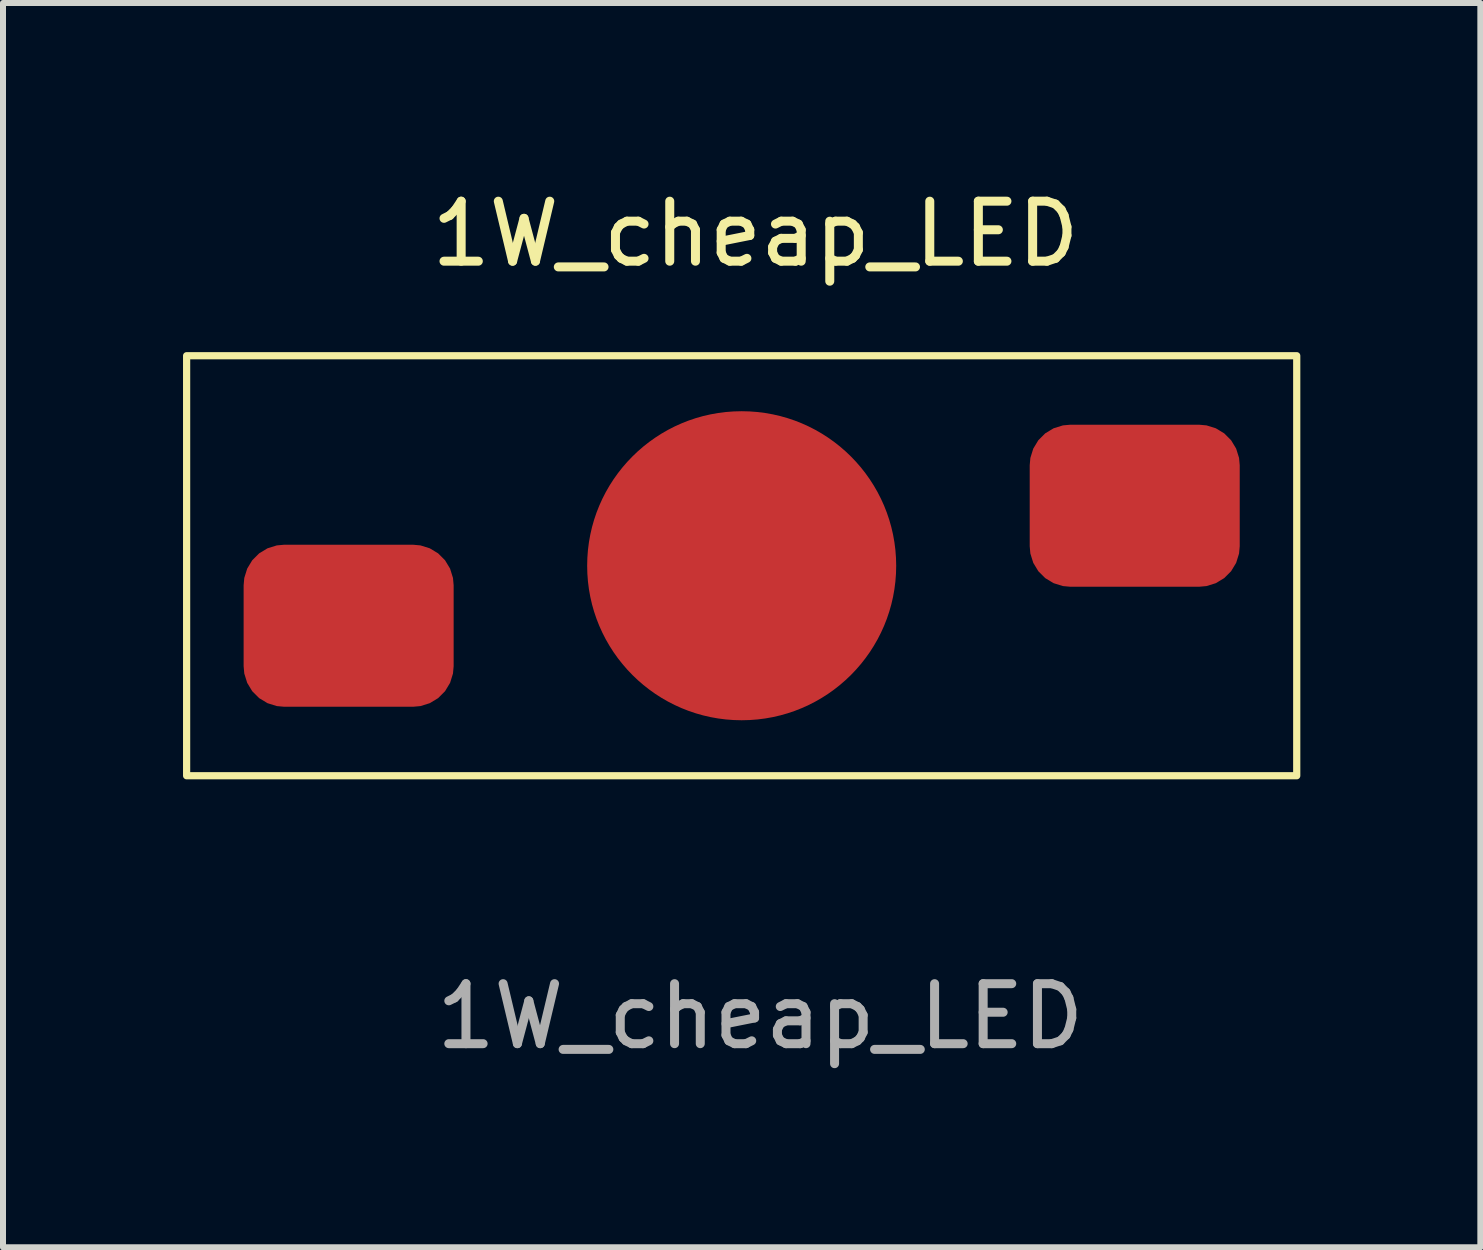
<source format=kicad_pcb>
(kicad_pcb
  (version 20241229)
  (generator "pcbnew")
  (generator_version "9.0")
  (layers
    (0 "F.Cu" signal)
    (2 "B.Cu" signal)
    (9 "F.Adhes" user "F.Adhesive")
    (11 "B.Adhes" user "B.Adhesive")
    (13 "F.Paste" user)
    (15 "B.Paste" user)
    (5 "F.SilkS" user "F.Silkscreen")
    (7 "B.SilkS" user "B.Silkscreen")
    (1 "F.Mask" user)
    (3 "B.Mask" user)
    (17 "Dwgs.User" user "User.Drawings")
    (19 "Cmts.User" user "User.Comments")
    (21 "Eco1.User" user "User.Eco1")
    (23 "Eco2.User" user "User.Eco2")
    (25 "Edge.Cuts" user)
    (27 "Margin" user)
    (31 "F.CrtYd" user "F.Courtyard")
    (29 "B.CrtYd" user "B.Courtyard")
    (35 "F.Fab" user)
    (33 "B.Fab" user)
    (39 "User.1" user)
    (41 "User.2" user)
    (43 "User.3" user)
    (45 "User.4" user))
  (footprint "1W_cheap_LED"
    (layer "F.Cu")
    (at 9.31 6.378)
    (property "Reference" "1W_cheap_LED" (at 0.23 -5.53 0) (unlocked yes) (layer "F.SilkS") (effects (font (size 1 1) (thickness 0.15))))
    (attr smd)
    (fp_rect (start -9.25 -3.5) (end 9.25 3.5) (stroke (width 0.12) (type solid)) (fill no) (layer "F.SilkS"))
    (fp_text user "${REFERENCE}" (at 0.31 7.51 0) (unlocked yes) (layer "F.Fab") (effects (font (size 1 1) (thickness 0.15))))
    (pad "" smd circle (at 0 0) (size 5.15 5.15) (layers "F.Cu" "F.Mask" "F.Paste"))
    (pad "1" smd roundrect (at -6.55 1) (size 3.5 2.7) (layers "F.Cu" "F.Mask" "F.Paste") (roundrect_rratio 0.25))
    (pad "2" smd roundrect (at 6.55 -1) (size 3.5 2.7) (layers "F.Cu" "F.Mask" "F.Paste") (roundrect_rratio 0.25)))
  (gr_rect
    (start -3 -3)
    (end 21.62 17.736)
    (stroke (width 0.1) (type default))
    (fill no)
    (layer "Edge.Cuts")))
</source>
